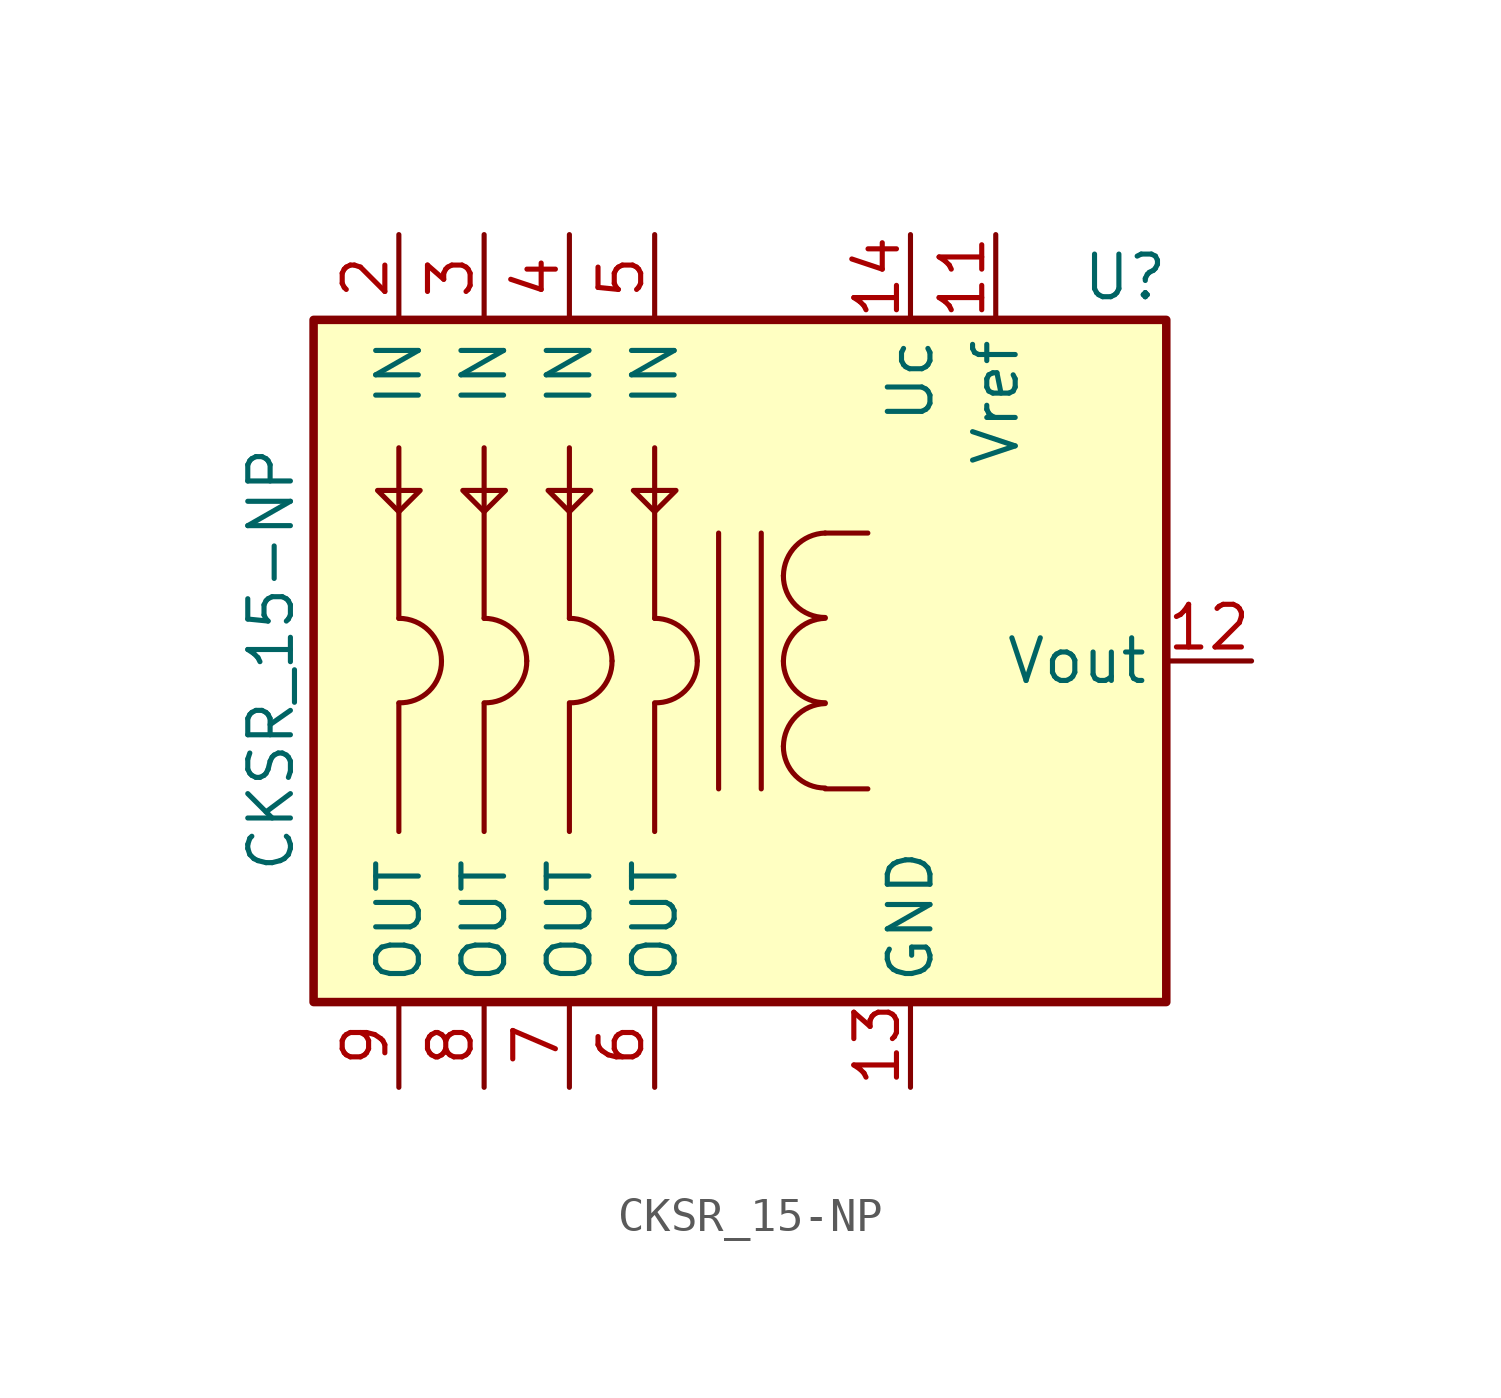
<source format=kicad_sym>
(kicad_symbol_lib
  (version 20201005)
  (generator kicad_symbol_editor)
  (symbol "CKSR_15-NP"
    (property "Reference" "U"
      (at 10.16 11.43 0)
      (effects (font (size 1.27 1.27)) (justify left)))
    (property "Value" "CKSR_15-NP"
      (at -13.97 -6.35 90)
      (effects (font (size 1.27 1.27)) (justify left)))
    (symbol "CKSR_15-NP_0_1"
      (rectangle (start -12.7 10.16) (end 12.7 -10.16) (stroke (width 0.254)) (fill (type background)))
      (polyline (pts (xy -10.16 -1.27) (xy -10.16 -5.08)) (stroke (width 0)) (fill (type none)))
      (polyline (pts (xy -10.16 1.27) (xy -10.16 6.35)) (stroke (width 0)) (fill (type none)))
      (polyline (pts (xy -7.62 -1.27) (xy -7.62 -5.08)) (stroke (width 0)) (fill (type none)))
      (polyline (pts (xy -7.62 1.27) (xy -7.62 6.35)) (stroke (width 0)) (fill (type none)))
      (polyline (pts (xy -5.08 -1.27) (xy -5.08 -5.08)) (stroke (width 0)) (fill (type none)))
      (polyline (pts (xy -5.08 1.27) (xy -5.08 6.35)) (stroke (width 0)) (fill (type none)))
      (polyline (pts (xy -2.54 -1.27) (xy -2.54 -5.08)) (stroke (width 0)) (fill (type none)))
      (polyline (pts (xy -2.54 1.27) (xy -2.54 6.35)) (stroke (width 0)) (fill (type none)))
      (polyline (pts (xy 2.54 -3.81) (xy 3.81 -3.81)) (stroke (width 0)) (fill (type none)))
      (polyline (pts (xy 2.54 3.81) (xy 3.81 3.81)) (stroke (width 0)) (fill (type none)))
      (polyline (pts (xy -9.525 5.08) (xy -10.795 5.08) (xy -10.16 4.445) (xy -9.525 5.08)) (stroke (width 0)) (fill (type none)))
      (polyline (pts (xy -6.985 5.08) (xy -8.255 5.08) (xy -7.62 4.445) (xy -6.985 5.08)) (stroke (width 0)) (fill (type none)))
      (polyline (pts (xy -4.445 5.08) (xy -5.715 5.08) (xy -5.08 4.445) (xy -4.445 5.08)) (stroke (width 0)) (fill (type none)))
      (polyline (pts (xy -1.905 5.08) (xy -2.54 4.445) (xy -3.175 5.08) (xy -1.905 5.08)) (stroke (width 0)) (fill (type none))))
    (symbol "CKSR_15-NP_1_1"
      (arc (start -10.16 1.27) (end -8.89 0) (radius (at -10.16 0) (length 1.27) (angles 89.9 0.1)) (stroke (width 0)) (fill (type none)))
      (arc (start -8.89 0) (end -10.16 -1.2446) (radius (at -10.16 0) (length 1.27) (angles -0.1 -89.9)) (stroke (width 0)) (fill (type none)))
      (arc (start -7.62 1.27) (end -6.35 0) (radius (at -7.62 0) (length 1.27) (angles 89.9 0.1)) (stroke (width 0)) (fill (type none)))
      (arc (start -6.35 0) (end -7.62 -1.2446) (radius (at -7.62 0) (length 1.27) (angles -0.1 -89.9)) (stroke (width 0)) (fill (type none)))
      (arc (start -5.08 1.27) (end -3.81 0) (radius (at -5.08 0) (length 1.27) (angles 89.9 0.1)) (stroke (width 0)) (fill (type none)))
      (arc (start -3.81 0) (end -5.08 -1.2446) (radius (at -5.08 0) (length 1.27) (angles -0.1 -89.9)) (stroke (width 0)) (fill (type none)))
      (arc (start -2.54 1.27) (end -1.27 0) (radius (at -2.54 0) (length 1.27) (angles 89.9 0.1)) (stroke (width 0)) (fill (type none)))
      (arc (start -1.27 0) (end -2.54 -1.2446) (radius (at -2.54 0) (length 1.27) (angles -0.1 -89.9)) (stroke (width 0)) (fill (type none)))
      (arc (start 2.54 -1.27) (end 1.2954 -2.54) (radius (at 2.54 -2.54) (length 1.27) (angles 89.9 -179.9)) (stroke (width 0)) (fill (type none)))
      (arc (start 1.2954 -2.54) (end 2.54 -3.7846) (radius (at 2.54 -2.54) (length 1.27) (angles 179.9 -89.9)) (stroke (width 0)) (fill (type none)))
      (arc (start 2.54 1.27) (end 1.2954 0) (radius (at 2.54 0) (length 1.27) (angles 89.9 -179.9)) (stroke (width 0)) (fill (type none)))
      (arc (start 1.2954 0) (end 2.54 -1.2446) (radius (at 2.54 0) (length 1.27) (angles 179.9 -89.9)) (stroke (width 0)) (fill (type none)))
      (arc (start 2.54 3.81) (end 1.2954 2.54) (radius (at 2.54 2.54) (length 1.27) (angles 89.9 -179.9)) (stroke (width 0)) (fill (type none)))
      (arc (start 1.2954 2.54) (end 2.54 1.2954) (radius (at 2.54 2.54) (length 1.27) (angles 179.9 -89.9)) (stroke (width 0)) (fill (type none)))
      (polyline (pts (xy -0.635 3.81) (xy -0.635 -3.81)) (stroke (width 0)) (fill (type none)))
      (polyline (pts (xy 0.635 -3.81) (xy 0.635 3.81)) (stroke (width 0)) (fill (type none)))
      (pin bidirectional line (at 7.62 12.7 270) (length 2.54) (name "Vref" (effects (font (size 1.27 1.27)))) (number "11" (effects (font (size 1.27 1.27)))))
      (pin output line (at 15.24 0 180) (length 2.54) (name "Vout" (effects (font (size 1.27 1.27)))) (number "12" (effects (font (size 1.27 1.27)))))
      (pin power_in line (at 5.08 -12.7 90) (length 2.54) (name "GND" (effects (font (size 1.27 1.27)))) (number "13" (effects (font (size 1.27 1.27)))))
      (pin power_in line (at 5.08 12.7 270) (length 2.54) (name "Uc" (effects (font (size 1.27 1.27)))) (number "14" (effects (font (size 1.27 1.27)))))
      (pin passive line (at -10.16 12.7 270) (length 2.54) (name "IN" (effects (font (size 1.27 1.27)))) (number "2" (effects (font (size 1.27 1.27)))))
      (pin passive line (at -7.62 12.7 270) (length 2.54) (name "IN" (effects (font (size 1.27 1.27)))) (number "3" (effects (font (size 1.27 1.27)))))
      (pin passive line (at -5.08 12.7 270) (length 2.54) (name "IN" (effects (font (size 1.27 1.27)))) (number "4" (effects (font (size 1.27 1.27)))))
      (pin passive line (at -2.54 12.7 270) (length 2.54) (name "IN" (effects (font (size 1.27 1.27)))) (number "5" (effects (font (size 1.27 1.27)))))
      (pin passive line (at -2.54 -12.7 90) (length 2.54) (name "OUT" (effects (font (size 1.27 1.27)))) (number "6" (effects (font (size 1.27 1.27)))))
      (pin passive line (at -5.08 -12.7 90) (length 2.54) (name "OUT" (effects (font (size 1.27 1.27)))) (number "7" (effects (font (size 1.27 1.27)))))
      (pin passive line (at -7.62 -12.7 90) (length 2.54) (name "OUT" (effects (font (size 1.27 1.27)))) (number "8" (effects (font (size 1.27 1.27)))))
      (pin passive line (at -10.16 -12.7 90) (length 2.54) (name "OUT" (effects (font (size 1.27 1.27)))) (number "9" (effects (font (size 1.27 1.27))))))))
</source>
